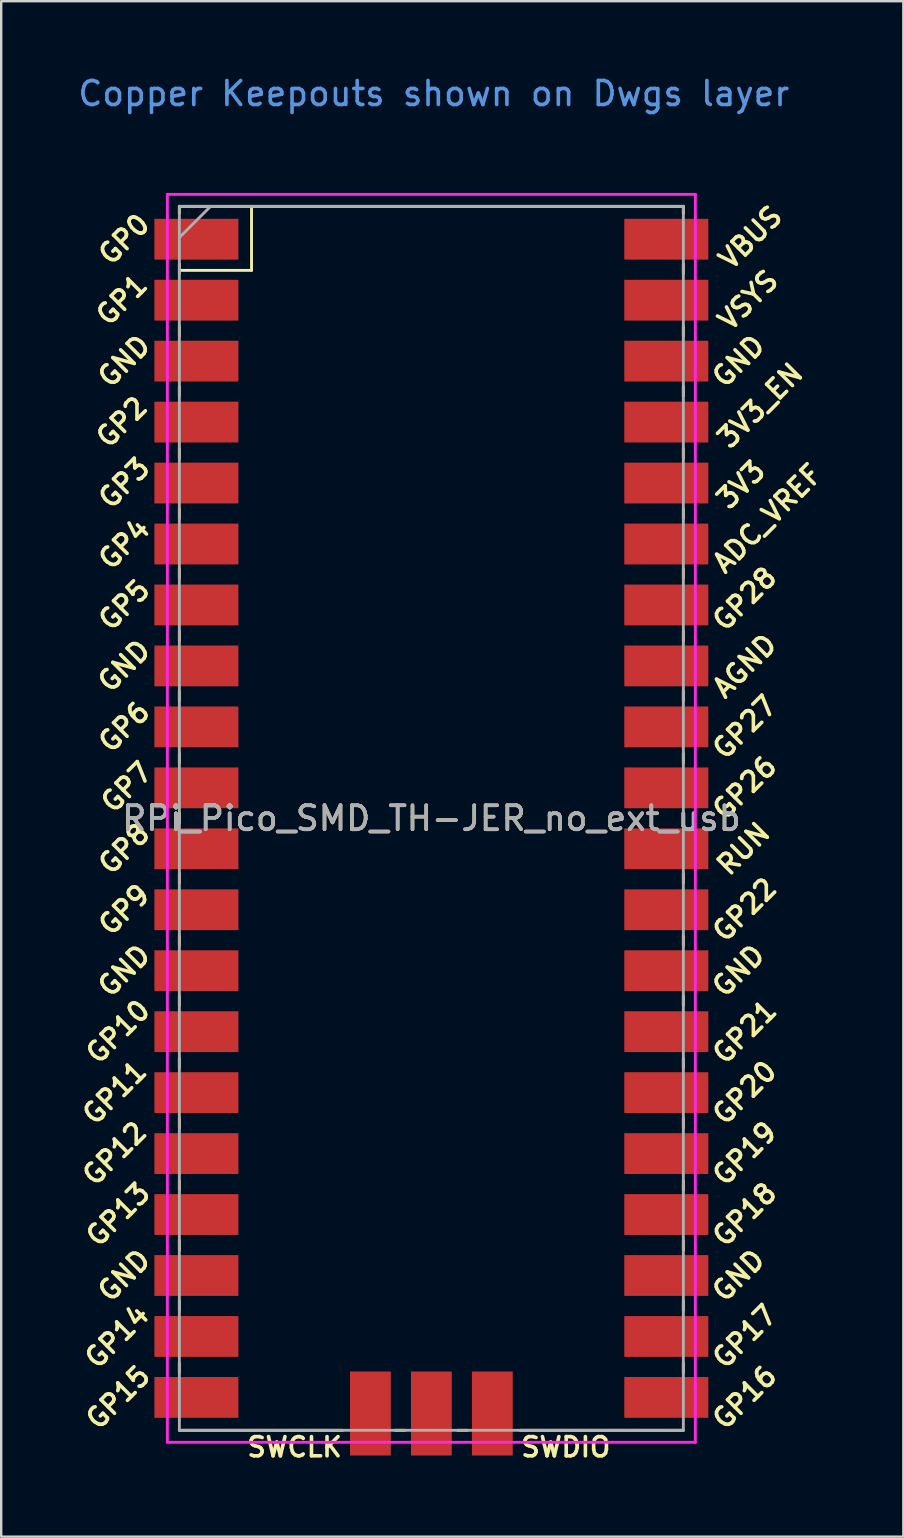
<source format=kicad_pcb>
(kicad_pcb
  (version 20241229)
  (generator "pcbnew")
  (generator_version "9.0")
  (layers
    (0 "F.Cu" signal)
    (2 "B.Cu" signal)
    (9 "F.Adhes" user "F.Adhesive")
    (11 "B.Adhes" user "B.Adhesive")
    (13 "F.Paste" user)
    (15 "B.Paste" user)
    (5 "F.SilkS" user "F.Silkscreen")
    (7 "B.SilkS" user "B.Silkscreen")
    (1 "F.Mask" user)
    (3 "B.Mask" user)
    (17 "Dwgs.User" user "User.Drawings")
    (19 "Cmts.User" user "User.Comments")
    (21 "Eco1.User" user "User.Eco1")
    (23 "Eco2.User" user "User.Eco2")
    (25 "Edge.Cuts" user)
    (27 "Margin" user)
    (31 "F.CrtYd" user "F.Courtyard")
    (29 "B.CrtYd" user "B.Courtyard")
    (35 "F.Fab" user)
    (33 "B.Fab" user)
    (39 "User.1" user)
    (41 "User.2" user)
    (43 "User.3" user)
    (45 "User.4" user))
  (footprint "RPi_Pico_SMD_TH-JER_no_ext_usb"
    (layer "F.Cu")
    (at 14.924 31.048)
    (property "Reference" "RPi_Pico_SMD_TH-JER_no_ext_usb" (at 0 0 0) (layer "F.SilkS") (effects (font (size 1 1) (thickness 0.15))))
    (attr through_hole)
    (fp_line (start -10.5 -25.5) (end -10.5 -25.2) (stroke (width 0.12) (type solid)) (layer "F.SilkS"))
    (fp_line (start -10.5 -25.5) (end 10.5 -25.5) (stroke (width 0.12) (type solid)) (layer "F.SilkS"))
    (fp_line (start -10.5 -23.1) (end -10.5 -22.7) (stroke (width 0.12) (type solid)) (layer "F.SilkS"))
    (fp_line (start -10.5 -22.833) (end -7.493 -22.833) (stroke (width 0.12) (type solid)) (layer "F.SilkS"))
    (fp_line (start -10.5 -20.5) (end -10.5 -20.1) (stroke (width 0.12) (type solid)) (layer "F.SilkS"))
    (fp_line (start -10.5 -18) (end -10.5 -17.6) (stroke (width 0.12) (type solid)) (layer "F.SilkS"))
    (fp_line (start -10.5 -15.4) (end -10.5 -15) (stroke (width 0.12) (type solid)) (layer "F.SilkS"))
    (fp_line (start -10.5 -12.9) (end -10.5 -12.5) (stroke (width 0.12) (type solid)) (layer "F.SilkS"))
    (fp_line (start -10.5 -10.4) (end -10.5 -10) (stroke (width 0.12) (type solid)) (layer "F.SilkS"))
    (fp_line (start -10.5 -7.8) (end -10.5 -7.4) (stroke (width 0.12) (type solid)) (layer "F.SilkS"))
    (fp_line (start -10.5 -5.3) (end -10.5 -4.9) (stroke (width 0.12) (type solid)) (layer "F.SilkS"))
    (fp_line (start -10.5 -2.7) (end -10.5 -2.3) (stroke (width 0.12) (type solid)) (layer "F.SilkS"))
    (fp_line (start -10.5 -0.2) (end -10.5 0.2) (stroke (width 0.12) (type solid)) (layer "F.SilkS"))
    (fp_line (start -10.5 2.3) (end -10.5 2.7) (stroke (width 0.12) (type solid)) (layer "F.SilkS"))
    (fp_line (start -10.5 4.9) (end -10.5 5.3) (stroke (width 0.12) (type solid)) (layer "F.SilkS"))
    (fp_line (start -10.5 7.4) (end -10.5 7.8) (stroke (width 0.12) (type solid)) (layer "F.SilkS"))
    (fp_line (start -10.5 10) (end -10.5 10.4) (stroke (width 0.12) (type solid)) (layer "F.SilkS"))
    (fp_line (start -10.5 12.5) (end -10.5 12.9) (stroke (width 0.12) (type solid)) (layer "F.SilkS"))
    (fp_line (start -10.5 15.1) (end -10.5 15.5) (stroke (width 0.12) (type solid)) (layer "F.SilkS"))
    (fp_line (start -10.5 17.6) (end -10.5 18) (stroke (width 0.12) (type solid)) (layer "F.SilkS"))
    (fp_line (start -10.5 20.1) (end -10.5 20.5) (stroke (width 0.12) (type solid)) (layer "F.SilkS"))
    (fp_line (start -10.5 22.7) (end -10.5 23.1) (stroke (width 0.12) (type solid)) (layer "F.SilkS"))
    (fp_line (start -7.493 -22.833) (end -7.493 -25.5) (stroke (width 0.12) (type solid)) (layer "F.SilkS"))
    (fp_line (start -3.7 25.5) (end -10.5 25.5) (stroke (width 0.12) (type solid)) (layer "F.SilkS"))
    (fp_line (start -1.5 25.5) (end -1.1 25.5) (stroke (width 0.12) (type solid)) (layer "F.SilkS"))
    (fp_line (start 1.1 25.5) (end 1.5 25.5) (stroke (width 0.12) (type solid)) (layer "F.SilkS"))
    (fp_line (start 10.5 -25.5) (end 10.5 -25.2) (stroke (width 0.12) (type solid)) (layer "F.SilkS"))
    (fp_line (start 10.5 -23.1) (end 10.5 -22.7) (stroke (width 0.12) (type solid)) (layer "F.SilkS"))
    (fp_line (start 10.5 -20.5) (end 10.5 -20.1) (stroke (width 0.12) (type solid)) (layer "F.SilkS"))
    (fp_line (start 10.5 -18) (end 10.5 -17.6) (stroke (width 0.12) (type solid)) (layer "F.SilkS"))
    (fp_line (start 10.5 -15.4) (end 10.5 -15) (stroke (width 0.12) (type solid)) (layer "F.SilkS"))
    (fp_line (start 10.5 -12.9) (end 10.5 -12.5) (stroke (width 0.12) (type solid)) (layer "F.SilkS"))
    (fp_line (start 10.5 -10.4) (end 10.5 -10) (stroke (width 0.12) (type solid)) (layer "F.SilkS"))
    (fp_line (start 10.5 -7.8) (end 10.5 -7.4) (stroke (width 0.12) (type solid)) (layer "F.SilkS"))
    (fp_line (start 10.5 -5.3) (end 10.5 -4.9) (stroke (width 0.12) (type solid)) (layer "F.SilkS"))
    (fp_line (start 10.5 -2.7) (end 10.5 -2.3) (stroke (width 0.12) (type solid)) (layer "F.SilkS"))
    (fp_line (start 10.5 -0.2) (end 10.5 0.2) (stroke (width 0.12) (type solid)) (layer "F.SilkS"))
    (fp_line (start 10.5 2.3) (end 10.5 2.7) (stroke (width 0.12) (type solid)) (layer "F.SilkS"))
    (fp_line (start 10.5 4.9) (end 10.5 5.3) (stroke (width 0.12) (type solid)) (layer "F.SilkS"))
    (fp_line (start 10.5 7.4) (end 10.5 7.8) (stroke (width 0.12) (type solid)) (layer "F.SilkS"))
    (fp_line (start 10.5 10) (end 10.5 10.4) (stroke (width 0.12) (type solid)) (layer "F.SilkS"))
    (fp_line (start 10.5 12.5) (end 10.5 12.9) (stroke (width 0.12) (type solid)) (layer "F.SilkS"))
    (fp_line (start 10.5 15.1) (end 10.5 15.5) (stroke (width 0.12) (type solid)) (layer "F.SilkS"))
    (fp_line (start 10.5 17.6) (end 10.5 18) (stroke (width 0.12) (type solid)) (layer "F.SilkS"))
    (fp_line (start 10.5 20.1) (end 10.5 20.5) (stroke (width 0.12) (type solid)) (layer "F.SilkS"))
    (fp_line (start 10.5 22.7) (end 10.5 23.1) (stroke (width 0.12) (type solid)) (layer "F.SilkS"))
    (fp_line (start 10.5 25.5) (end 3.7 25.5) (stroke (width 0.12) (type solid)) (layer "F.SilkS"))
    (fp_line (start -11 -26) (end 11 -26) (stroke (width 0.12) (type solid)) (layer "F.CrtYd"))
    (fp_line (start -11 26) (end -11 -26) (stroke (width 0.12) (type solid)) (layer "F.CrtYd"))
    (fp_line (start 11 -26) (end 11 26) (stroke (width 0.12) (type solid)) (layer "F.CrtYd"))
    (fp_line (start 11 26) (end -11 26) (stroke (width 0.12) (type solid)) (layer "F.CrtYd"))
    (fp_line (start -10.5 -25.5) (end 10.5 -25.5) (stroke (width 0.12) (type solid)) (layer "F.Fab"))
    (fp_line (start -10.5 -24.2) (end -9.2 -25.5) (stroke (width 0.12) (type solid)) (layer "F.Fab"))
    (fp_line (start -10.5 25.5) (end -10.5 -25.5) (stroke (width 0.12) (type solid)) (layer "F.Fab"))
    (fp_line (start 10.5 -25.5) (end 10.5 25.5) (stroke (width 0.12) (type solid)) (layer "F.Fab"))
    (fp_line (start 10.5 25.5) (end -10.5 25.5) (stroke (width 0.12) (type solid)) (layer "F.Fab"))
    (fp_text user "ADC_VREF" (at 14 -12.5 45) (layer "F.SilkS") (effects (font (size 0.8 0.8) (thickness 0.15))))
    (fp_text user "SWCLK" (at -5.7 26.2 0) (layer "F.SilkS") (effects (font (size 0.8 0.8) (thickness 0.15))))
    (fp_text user "GP9" (at -12.8 3.81 45) (layer "F.SilkS") (effects (font (size 0.8 0.8) (thickness 0.15))))
    (fp_text user "GP7" (at -12.7 -1.3 45) (layer "F.SilkS") (effects (font (size 0.8 0.8) (thickness 0.15))))
    (fp_text user "GP28" (at 13.054 -9.144 45) (layer "F.SilkS") (effects (font (size 0.8 0.8) (thickness 0.15))))
    (fp_text user "GP3" (at -12.8 -13.97 45) (layer "F.SilkS") (effects (font (size 0.8 0.8) (thickness 0.15))))
    (fp_text user "GP14" (at -13.1 21.59 45) (layer "F.SilkS") (effects (font (size 0.8 0.8) (thickness 0.15))))
    (fp_text user "GND" (at -12.8 -19.05 45) (layer "F.SilkS") (effects (font (size 0.8 0.8) (thickness 0.15))))
    (fp_text user "GP21" (at 13.054 8.9 45) (layer "F.SilkS") (effects (font (size 0.8 0.8) (thickness 0.15))))
    (fp_text user "GP2" (at -12.9 -16.51 45) (layer "F.SilkS") (effects (font (size 0.8 0.8) (thickness 0.15))))
    (fp_text user "GP6" (at -12.8 -3.81 45) (layer "F.SilkS") (effects (font (size 0.8 0.8) (thickness 0.15))))
    (fp_text user "3V3" (at 12.9 -13.9 45) (layer "F.SilkS") (effects (font (size 0.8 0.8) (thickness 0.15))))
    (fp_text user "VBUS" (at 13.3 -24.2 45) (layer "F.SilkS") (effects (font (size 0.8 0.8) (thickness 0.15))))
    (fp_text user "GP1" (at -12.9 -21.6 45) (layer "F.SilkS") (effects (font (size 0.8 0.8) (thickness 0.15))))
    (fp_text user "GND" (at 12.8 -19.05 45) (layer "F.SilkS") (effects (font (size 0.8 0.8) (thickness 0.15))))
    (fp_text user "GP15" (at -13.054 24.13 45) (layer "F.SilkS") (effects (font (size 0.8 0.8) (thickness 0.15))))
    (fp_text user "GP19" (at 13.054 13.97 45) (layer "F.SilkS") (effects (font (size 0.8 0.8) (thickness 0.15))))
    (fp_text user "GND" (at 12.8 19.05 45) (layer "F.SilkS") (effects (font (size 0.8 0.8) (thickness 0.15))))
    (fp_text user "GP0" (at -12.8 -24.13 45) (layer "F.SilkS") (effects (font (size 0.8 0.8) (thickness 0.15))))
    (fp_text user "GP11" (at -13.2 11.43 45) (layer "F.SilkS") (effects (font (size 0.8 0.8) (thickness 0.15))))
    (fp_text user "GP12" (at -13.2 13.97 45) (layer "F.SilkS") (effects (font (size 0.8 0.8) (thickness 0.15))))
    (fp_text user "GND" (at -12.8 6.35 45) (layer "F.SilkS") (effects (font (size 0.8 0.8) (thickness 0.15))))
    (fp_text user "3V3_EN" (at 13.7 -17.2 45) (layer "F.SilkS") (effects (font (size 0.8 0.8) (thickness 0.15))))
    (fp_text user "GP26" (at 13.054 -1.27 45) (layer "F.SilkS") (effects (font (size 0.8 0.8) (thickness 0.15))))
    (fp_text user "GND" (at 12.8 6.35 45) (layer "F.SilkS") (effects (font (size 0.8 0.8) (thickness 0.15))))
    (fp_text user "GP8" (at -12.8 1.27 45) (layer "F.SilkS") (effects (font (size 0.8 0.8) (thickness 0.15))))
    (fp_text user "GP10" (at -13.054 8.89 45) (layer "F.SilkS") (effects (font (size 0.8 0.8) (thickness 0.15))))
    (fp_text user "GND" (at -12.8 19.05 45) (layer "F.SilkS") (effects (font (size 0.8 0.8) (thickness 0.15))))
    (fp_text user "RUN" (at 13 1.27 45) (layer "F.SilkS") (effects (font (size 0.8 0.8) (thickness 0.15))))
    (fp_text user "GP4" (at -12.8 -11.43 45) (layer "F.SilkS") (effects (font (size 0.8 0.8) (thickness 0.15))))
    (fp_text user "GP18" (at 13.054 16.51 45) (layer "F.SilkS") (effects (font (size 0.8 0.8) (thickness 0.15))))
    (fp_text user "AGND" (at 13.054 -6.35 45) (layer "F.SilkS") (effects (font (size 0.8 0.8) (thickness 0.15))))
    (fp_text user "GND" (at -12.8 -6.35 45) (layer "F.SilkS") (effects (font (size 0.8 0.8) (thickness 0.15))))
    (fp_text user "SWDIO" (at 5.6 26.2 0) (layer "F.SilkS") (effects (font (size 0.8 0.8) (thickness 0.15))))
    (fp_text user "GP13" (at -13.054 16.51 45) (layer "F.SilkS") (effects (font (size 0.8 0.8) (thickness 0.15))))
    (fp_text user "GP22" (at 13.054 3.81 45) (layer "F.SilkS") (effects (font (size 0.8 0.8) (thickness 0.15))))
    (fp_text user "GP5" (at -12.8 -8.89 45) (layer "F.SilkS") (effects (font (size 0.8 0.8) (thickness 0.15))))
    (fp_text user "GP16" (at 13.054 24.13 45) (layer "F.SilkS") (effects (font (size 0.8 0.8) (thickness 0.15))))
    (fp_text user "GP17" (at 13.054 21.59 45) (layer "F.SilkS") (effects (font (size 0.8 0.8) (thickness 0.15))))
    (fp_text user "GP20" (at 13.054 11.43 45) (layer "F.SilkS") (effects (font (size 0.8 0.8) (thickness 0.15))))
    (fp_text user "GP27" (at 13.054 -3.8 45) (layer "F.SilkS") (effects (font (size 0.8 0.8) (thickness 0.15))))
    (fp_text user "VSYS" (at 13.2 -21.59 45) (layer "F.SilkS") (effects (font (size 0.8 0.8) (thickness 0.15))))
    (fp_text user "Copper Keepouts shown on Dwgs layer" (at 0.1 -30.2 0) (layer "Cmts.User") (effects (font (size 1 1) (thickness 0.15))))
    (fp_text user "${REFERENCE}" (at 0 0 180) (layer "F.Fab") (effects (font (size 1 1) (thickness 0.15))))
    (pad "1" smd rect (at -8.89 -24.13) (size 3.5 1.7) (drill (offset -0.9 0)) (layers "F.Cu" "F.Mask"))
    (pad "2" smd rect (at -8.89 -21.59) (size 3.5 1.7) (drill (offset -0.9 0)) (layers "F.Cu" "F.Mask"))
    (pad "3" smd rect (at -8.89 -19.05) (size 3.5 1.7) (drill (offset -0.9 0)) (layers "F.Cu" "F.Mask"))
    (pad "4" smd rect (at -8.89 -16.51) (size 3.5 1.7) (drill (offset -0.9 0)) (layers "F.Cu" "F.Mask"))
    (pad "5" smd rect (at -8.89 -13.97) (size 3.5 1.7) (drill (offset -0.9 0)) (layers "F.Cu" "F.Mask"))
    (pad "6" smd rect (at -8.89 -11.43) (size 3.5 1.7) (drill (offset -0.9 0)) (layers "F.Cu" "F.Mask"))
    (pad "7" smd rect (at -8.89 -8.89) (size 3.5 1.7) (drill (offset -0.9 0)) (layers "F.Cu" "F.Mask"))
    (pad "8" smd rect (at -8.89 -6.35) (size 3.5 1.7) (drill (offset -0.9 0)) (layers "F.Cu" "F.Mask"))
    (pad "9" smd rect (at -8.89 -3.81) (size 3.5 1.7) (drill (offset -0.9 0)) (layers "F.Cu" "F.Mask"))
    (pad "10" smd rect (at -8.89 -1.27) (size 3.5 1.7) (drill (offset -0.9 0)) (layers "F.Cu" "F.Mask"))
    (pad "11" smd rect (at -8.89 1.27) (size 3.5 1.7) (drill (offset -0.9 0)) (layers "F.Cu" "F.Mask"))
    (pad "12" smd rect (at -8.89 3.81) (size 3.5 1.7) (drill (offset -0.9 0)) (layers "F.Cu" "F.Mask"))
    (pad "13" smd rect (at -8.89 6.35) (size 3.5 1.7) (drill (offset -0.9 0)) (layers "F.Cu" "F.Mask"))
    (pad "14" smd rect (at -8.89 8.89) (size 3.5 1.7) (drill (offset -0.9 0)) (layers "F.Cu" "F.Mask"))
    (pad "15" smd rect (at -8.89 11.43) (size 3.5 1.7) (drill (offset -0.9 0)) (layers "F.Cu" "F.Mask"))
    (pad "16" smd rect (at -8.89 13.97) (size 3.5 1.7) (drill (offset -0.9 0)) (layers "F.Cu" "F.Mask"))
    (pad "17" smd rect (at -8.89 16.51) (size 3.5 1.7) (drill (offset -0.9 0)) (layers "F.Cu" "F.Mask"))
    (pad "18" smd rect (at -8.89 19.05) (size 3.5 1.7) (drill (offset -0.9 0)) (layers "F.Cu" "F.Mask"))
    (pad "19" smd rect (at -8.89 21.59) (size 3.5 1.7) (drill (offset -0.9 0)) (layers "F.Cu" "F.Mask"))
    (pad "20" smd rect (at -8.89 24.13) (size 3.5 1.7) (drill (offset -0.9 0)) (layers "F.Cu" "F.Mask"))
    (pad "21" smd rect (at 8.89 24.13) (size 3.5 1.7) (drill (offset 0.9 0)) (layers "F.Cu" "F.Mask"))
    (pad "22" smd rect (at 8.89 21.59) (size 3.5 1.7) (drill (offset 0.9 0)) (layers "F.Cu" "F.Mask"))
    (pad "23" smd rect (at 8.89 19.05) (size 3.5 1.7) (drill (offset 0.9 0)) (layers "F.Cu" "F.Mask"))
    (pad "24" smd rect (at 8.89 16.51) (size 3.5 1.7) (drill (offset 0.9 0)) (layers "F.Cu" "F.Mask"))
    (pad "25" smd rect (at 8.89 13.97) (size 3.5 1.7) (drill (offset 0.9 0)) (layers "F.Cu" "F.Mask"))
    (pad "26" smd rect (at 8.89 11.43) (size 3.5 1.7) (drill (offset 0.9 0)) (layers "F.Cu" "F.Mask"))
    (pad "27" smd rect (at 8.89 8.89) (size 3.5 1.7) (drill (offset 0.9 0)) (layers "F.Cu" "F.Mask"))
    (pad "28" smd rect (at 8.89 6.35) (size 3.5 1.7) (drill (offset 0.9 0)) (layers "F.Cu" "F.Mask"))
    (pad "29" smd rect (at 8.89 3.81) (size 3.5 1.7) (drill (offset 0.9 0)) (layers "F.Cu" "F.Mask"))
    (pad "30" smd rect (at 8.89 1.27) (size 3.5 1.7) (drill (offset 0.9 0)) (layers "F.Cu" "F.Mask"))
    (pad "31" smd rect (at 8.89 -1.27) (size 3.5 1.7) (drill (offset 0.9 0)) (layers "F.Cu" "F.Mask"))
    (pad "32" smd rect (at 8.89 -3.81) (size 3.5 1.7) (drill (offset 0.9 0)) (layers "F.Cu" "F.Mask"))
    (pad "33" smd rect (at 8.89 -6.35) (size 3.5 1.7) (drill (offset 0.9 0)) (layers "F.Cu" "F.Mask"))
    (pad "34" smd rect (at 8.89 -8.89) (size 3.5 1.7) (drill (offset 0.9 0)) (layers "F.Cu" "F.Mask"))
    (pad "35" smd rect (at 8.89 -11.43) (size 3.5 1.7) (drill (offset 0.9 0)) (layers "F.Cu" "F.Mask"))
    (pad "36" smd rect (at 8.89 -13.97) (size 3.5 1.7) (drill (offset 0.9 0)) (layers "F.Cu" "F.Mask"))
    (pad "37" smd rect (at 8.89 -16.51) (size 3.5 1.7) (drill (offset 0.9 0)) (layers "F.Cu" "F.Mask"))
    (pad "38" smd rect (at 8.89 -19.05) (size 3.5 1.7) (drill (offset 0.9 0)) (layers "F.Cu" "F.Mask"))
    (pad "39" smd rect (at 8.89 -21.59) (size 3.5 1.7) (drill (offset 0.9 0)) (layers "F.Cu" "F.Mask"))
    (pad "40" smd rect (at 8.89 -24.13) (size 3.5 1.7) (drill (offset 0.9 0)) (layers "F.Cu" "F.Mask"))
    (pad "41" smd rect (at -2.54 23.9 90) (size 3.5 1.7) (drill (offset -0.9 0)) (layers "F.Cu" "F.Mask"))
    (pad "42" smd rect (at 0 23.9 90) (size 3.5 1.7) (drill (offset -0.9 0)) (layers "F.Cu" "F.Mask"))
    (pad "43" smd rect (at 2.54 23.9 90) (size 3.5 1.7) (drill (offset -0.9 0)) (layers "F.Cu" "F.Mask")))
  (gr_rect
    (start -3 -3)
    (end 34.591 60.98)
    (stroke (width 0.1) (type default))
    (fill no)
    (layer "Edge.Cuts")))
</source>
